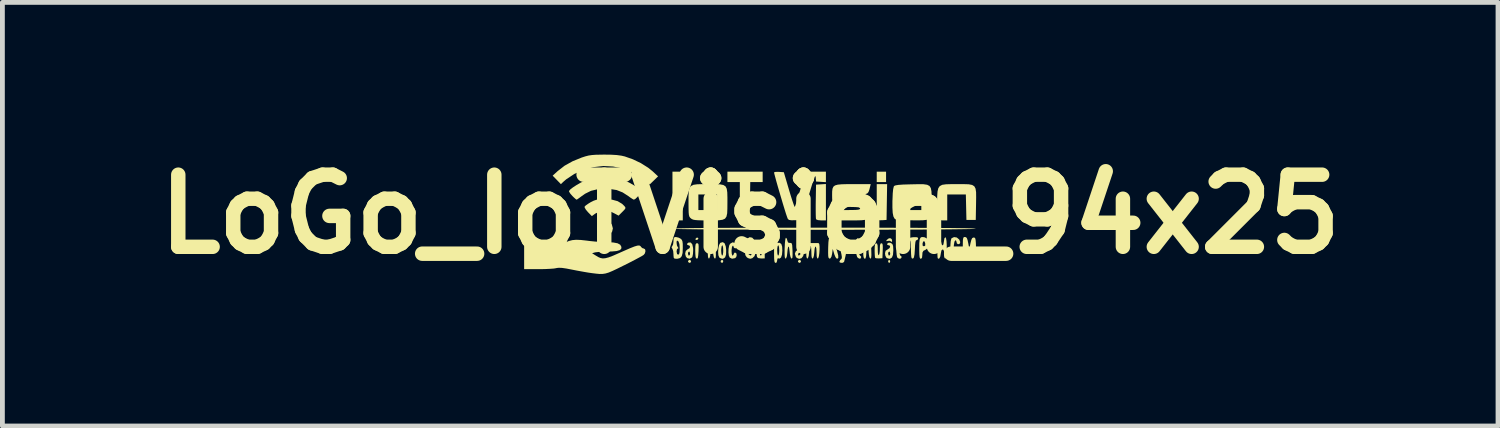
<source format=kicad_pcb>
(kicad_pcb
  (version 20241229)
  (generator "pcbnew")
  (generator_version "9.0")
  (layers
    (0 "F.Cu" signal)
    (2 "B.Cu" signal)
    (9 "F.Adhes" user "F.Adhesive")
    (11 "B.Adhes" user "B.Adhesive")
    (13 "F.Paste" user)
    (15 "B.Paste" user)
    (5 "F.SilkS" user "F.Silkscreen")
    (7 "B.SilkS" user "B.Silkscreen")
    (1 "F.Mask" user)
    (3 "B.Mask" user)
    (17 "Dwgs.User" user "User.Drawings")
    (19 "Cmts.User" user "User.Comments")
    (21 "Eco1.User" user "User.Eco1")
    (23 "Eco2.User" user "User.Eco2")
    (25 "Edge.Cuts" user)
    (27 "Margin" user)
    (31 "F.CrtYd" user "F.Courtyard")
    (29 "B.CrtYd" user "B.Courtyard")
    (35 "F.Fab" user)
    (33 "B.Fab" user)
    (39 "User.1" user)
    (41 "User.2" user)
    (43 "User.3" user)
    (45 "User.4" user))
  (footprint "LoGo_IoTVision_94x25"
    (layer "F.Cu")
    (at 12.55 1.404)
    (property "Reference" "LoGo_IoTVision_94x25" (at 0 0 0) (layer "F.SilkS") (effects (font (size 1.5 1.5) (thickness 0.3))))
    (attr board_only exclude_from_pos_files exclude_from_bom)
    (fp_poly (pts (xy -1.077 0.507) (xy -1.094 0.529) (xy -1.112 0.536) (xy -1.138 0.53) (xy -1.138 0.514) (xy -1.117 0.49) (xy -1.089 0.488)) (stroke (width 0) (type solid)) (fill yes) (layer "F.SilkS"))
    (fp_poly (pts (xy -1.233 0.966) (xy -1.229 0.981) (xy -1.246 1.01) (xy -1.261 1.013) (xy -1.29 0.996) (xy -1.294 0.981) (xy -1.276 0.952) (xy -1.261 0.949)) (stroke (width 0) (type solid)) (fill yes) (layer "F.SilkS"))
    (fp_poly (pts (xy -0.563 0.966) (xy -0.561 0.981) (xy -0.574 1.011) (xy -0.604 1.005) (xy -0.61 1) (xy -0.615 0.973) (xy -0.593 0.951) (xy -0.581 0.949)) (stroke (width 0) (type solid)) (fill yes) (layer "F.SilkS"))
    (fp_poly (pts (xy 1.053 0.966) (xy 1.057 0.981) (xy 1.039 1.01) (xy 1.024 1.013) (xy 0.996 0.996) (xy 0.992 0.981) (xy 1.009 0.952) (xy 1.024 0.949)) (stroke (width 0) (type solid)) (fill yes) (layer "F.SilkS"))
    (fp_poly (pts (xy 2.825 -0.776) (xy 2.825 -0.668) (xy 2.728 -0.668) (xy 2.631 -0.668) (xy 2.631 -0.776) (xy 2.631 -0.884) (xy 2.728 -0.884) (xy 2.825 -0.884)) (stroke (width 0) (type solid)) (fill yes) (layer "F.SilkS"))
    (fp_poly (pts (xy 2.908 0.966) (xy 2.911 0.981) (xy 2.899 1.01) (xy 2.889 1.013) (xy 2.87 0.996) (xy 2.868 0.981) (xy 2.879 0.952) (xy 2.889 0.949)) (stroke (width 0) (type solid)) (fill yes) (layer "F.SilkS"))
    (fp_poly (pts (xy 2.008 0.524) (xy 2.022 0.542) (xy 2.021 0.544) (xy 1.996 0.563) (xy 1.946 0.571) (xy 1.944 0.571) (xy 1.895 0.564) (xy 1.876 0.544) (xy 1.896 0.525) (xy 1.949 0.518) (xy 1.953 0.517)) (stroke (width 0) (type solid)) (fill yes) (layer "F.SilkS"))
    (fp_poly (pts (xy 2.926 0.503) (xy 2.947 0.529) (xy 2.951 0.563) (xy 2.94 0.578) (xy 2.924 0.564) (xy 2.895 0.552) (xy 2.862 0.556) (xy 2.829 0.561) (xy 2.832 0.547) (xy 2.843 0.532) (xy 2.886 0.5)) (stroke (width 0) (type solid)) (fill yes) (layer "F.SilkS"))
    (fp_poly (pts (xy 1.574 -0.249) (xy 1.574 0.129) (xy 1.476 0.129) (xy 1.408 0.123) (xy 1.371 0.107) (xy 1.368 0.102) (xy 1.365 0.071) (xy 1.363 0.006) (xy 1.362 -0.086) (xy 1.362 -0.198) (xy 1.363 -0.27) (xy 1.369 -0.615) (xy 1.472 -0.621) (xy 1.574 -0.628)) (stroke (width 0) (type solid)) (fill yes) (layer "F.SilkS"))
    (fp_poly (pts (xy 2.841 -0.253) (xy 2.835 0.119) (xy 2.748 0.125) (xy 2.69 0.126) (xy 2.651 0.119) (xy 2.646 0.116) (xy 2.641 0.09) (xy 2.636 0.029) (xy 2.633 -0.061) (xy 2.631 -0.171) (xy 2.631 -0.262) (xy 2.631 -0.625) (xy 2.739 -0.625) (xy 2.847 -0.625)) (stroke (width 0) (type solid)) (fill yes) (layer "F.SilkS"))
    (fp_poly (pts (xy -2.944 0.148) (xy -2.887 0.202) (xy -2.876 0.22) (xy -2.856 0.295) (xy -2.871 0.361) (xy -2.912 0.413) (xy -2.971 0.445) (xy -3.039 0.451) (xy -3.108 0.425) (xy -3.138 0.4) (xy -3.183 0.331) (xy -3.184 0.258) (xy -3.146 0.186) (xy -3.085 0.138) (xy -3.014 0.126)) (stroke (width 0) (type solid)) (fill yes) (layer "F.SilkS"))
    (fp_poly (pts (xy -1.402 -0.377) (xy -1.402 0.129) (xy -1.495 0.129) (xy -1.555 0.126) (xy -1.596 0.119) (xy -1.603 0.115) (xy -1.607 0.09) (xy -1.611 0.029) (xy -1.614 -0.064) (xy -1.616 -0.18) (xy -1.617 -0.315) (xy -1.617 -0.392) (xy -1.617 -0.884) (xy -1.509 -0.884) (xy -1.402 -0.884)) (stroke (width 0) (type solid)) (fill yes) (layer "F.SilkS"))
    (fp_poly (pts (xy 0.259 -0.776) (xy 0.259 -0.668) (xy 0.13 -0.668) (xy 0.001 -0.668) (xy -0.005 -0.275) (xy -0.011 0.119) (xy -0.113 0.125) (xy -0.216 0.132) (xy -0.216 -0.268) (xy -0.216 -0.668) (xy -0.345 -0.668) (xy -0.474 -0.668) (xy -0.474 -0.776) (xy -0.474 -0.884) (xy -0.108 -0.884) (xy 0.259 -0.884)) (stroke (width 0) (type solid)) (fill yes) (layer "F.SilkS"))
    (fp_poly (pts (xy -1.086 0.608) (xy -1.075 0.629) (xy -1.072 0.673) (xy -1.074 0.751) (xy -1.074 0.765) (xy -1.081 0.856) (xy -1.09 0.908) (xy -1.105 0.926) (xy -1.127 0.914) (xy -1.128 0.913) (xy -1.136 0.885) (xy -1.141 0.827) (xy -1.143 0.751) (xy -1.143 0.751) (xy -1.141 0.672) (xy -1.135 0.627) (xy -1.122 0.607) (xy -1.105 0.604)) (stroke (width 0) (type solid)) (fill yes) (layer "F.SilkS"))
    (fp_poly (pts (xy 2.259 0.51) (xy 2.264 0.535) (xy 2.278 0.583) (xy 2.29 0.599) (xy 2.305 0.629) (xy 2.29 0.651) (xy 2.275 0.685) (xy 2.266 0.738) (xy 2.265 0.795) (xy 2.271 0.842) (xy 2.285 0.862) (xy 2.286 0.862) (xy 2.305 0.88) (xy 2.307 0.895) (xy 2.294 0.923) (xy 2.263 0.923) (xy 2.23 0.899) (xy 2.222 0.886) (xy 2.21 0.843) (xy 2.201 0.774) (xy 2.196 0.692) (xy 2.196 0.613) (xy 2.2 0.551) (xy 2.208 0.521) (xy 2.237 0.497)) (stroke (width 0) (type solid)) (fill yes) (layer "F.SilkS"))
    (fp_poly (pts (xy 3.098 0.511) (xy 3.105 0.548) (xy 3.115 0.593) (xy 3.132 0.613) (xy 3.148 0.627) (xy 3.132 0.638) (xy 3.117 0.663) (xy 3.108 0.713) (xy 3.105 0.772) (xy 3.109 0.826) (xy 3.119 0.859) (xy 3.126 0.862) (xy 3.146 0.88) (xy 3.148 0.895) (xy 3.133 0.921) (xy 3.099 0.926) (xy 3.066 0.91) (xy 3.053 0.889) (xy 3.045 0.843) (xy 3.039 0.772) (xy 3.037 0.691) (xy 3.038 0.613) (xy 3.042 0.552) (xy 3.049 0.521) (xy 3.077 0.497)) (stroke (width 0) (type solid)) (fill yes) (layer "F.SilkS"))
    (fp_poly (pts (xy 3.486 0.487) (xy 3.493 0.506) (xy 3.477 0.535) (xy 3.462 0.539) (xy 3.445 0.548) (xy 3.435 0.581) (xy 3.428 0.644) (xy 3.424 0.726) (xy 3.417 0.833) (xy 3.404 0.899) (xy 3.384 0.925) (xy 3.357 0.914) (xy 3.357 0.913) (xy 3.35 0.886) (xy 3.345 0.827) (xy 3.342 0.747) (xy 3.342 0.719) (xy 3.341 0.629) (xy 3.336 0.574) (xy 3.326 0.547) (xy 3.31 0.539) (xy 3.308 0.539) (xy 3.283 0.526) (xy 3.283 0.512) (xy 3.308 0.495) (xy 3.362 0.482) (xy 3.392 0.479) (xy 3.456 0.478)) (stroke (width 0) (type solid)) (fill yes) (layer "F.SilkS"))
    (fp_poly (pts (xy -2.872 -0.302) (xy -2.757 -0.271) (xy -2.665 -0.216) (xy -2.621 -0.174) (xy -2.598 -0.146) (xy -2.595 -0.123) (xy -2.615 -0.093) (xy -2.658 -0.049) (xy -2.737 0.03) (xy -2.819 -0.014) (xy -2.884 -0.046) (xy -2.943 -0.069) (xy -2.954 -0.072) (xy -3.033 -0.074) (xy -3.125 -0.055) (xy -3.21 -0.019) (xy -3.235 -0.003) (xy -3.293 0.04) (xy -3.374 -0.043) (xy -3.418 -0.095) (xy -3.442 -0.138) (xy -3.445 -0.155) (xy -3.421 -0.181) (xy -3.37 -0.217) (xy -3.318 -0.249) (xy -3.254 -0.281) (xy -3.198 -0.3) (xy -3.135 -0.31) (xy -3.047 -0.312) (xy -3.019 -0.312)) (stroke (width 0) (type solid)) (fill yes) (layer "F.SilkS"))
    (fp_poly (pts (xy -0.532 0.606) (xy -0.508 0.671) (xy -0.5 0.743) (xy -0.502 0.839) (xy -0.522 0.898) (xy -0.562 0.925) (xy -0.582 0.927) (xy -0.628 0.912) (xy -0.645 0.897) (xy -0.662 0.853) (xy -0.667 0.785) (xy -0.665 0.755) (xy -0.604 0.755) (xy -0.6 0.816) (xy -0.59 0.855) (xy -0.582 0.862) (xy -0.57 0.843) (xy -0.562 0.794) (xy -0.561 0.755) (xy -0.564 0.693) (xy -0.574 0.654) (xy -0.582 0.647) (xy -0.594 0.666) (xy -0.602 0.716) (xy -0.604 0.755) (xy -0.665 0.755) (xy -0.662 0.711) (xy -0.648 0.644) (xy -0.626 0.601) (xy -0.62 0.595) (xy -0.57 0.581)) (stroke (width 0) (type solid)) (fill yes) (layer "F.SilkS"))
    (fp_poly (pts (xy 0.339 0.558) (xy 0.333 0.605) (xy 0.326 0.627) (xy 0.311 0.691) (xy 0.303 0.772) (xy 0.302 0.808) (xy 0.302 0.919) (xy 0.228 0.921) (xy 0.167 0.913) (xy 0.142 0.891) (xy 0.135 0.853) (xy 0.131 0.788) (xy 0.129 0.731) (xy 0.132 0.657) (xy 0.141 0.617) (xy 0.158 0.604) (xy 0.162 0.604) (xy 0.18 0.614) (xy 0.19 0.648) (xy 0.194 0.717) (xy 0.194 0.735) (xy 0.199 0.816) (xy 0.211 0.856) (xy 0.227 0.856) (xy 0.243 0.818) (xy 0.256 0.742) (xy 0.259 0.716) (xy 0.269 0.642) (xy 0.283 0.583) (xy 0.296 0.558) (xy 0.326 0.54)) (stroke (width 0) (type solid)) (fill yes) (layer "F.SilkS"))
    (fp_poly (pts (xy 2.746 0.611) (xy 2.755 0.638) (xy 2.757 0.693) (xy 2.755 0.759) (xy 2.749 0.915) (xy 2.68 0.919) (xy 2.629 0.918) (xy 2.6 0.911) (xy 2.599 0.91) (xy 2.593 0.884) (xy 2.589 0.827) (xy 2.587 0.752) (xy 2.587 0.751) (xy 2.589 0.67) (xy 2.597 0.624) (xy 2.611 0.606) (xy 2.62 0.604) (xy 2.638 0.614) (xy 2.649 0.649) (xy 2.652 0.717) (xy 2.652 0.734) (xy 2.655 0.809) (xy 2.664 0.848) (xy 2.674 0.852) (xy 2.686 0.824) (xy 2.694 0.768) (xy 2.695 0.721) (xy 2.698 0.65) (xy 2.708 0.614) (xy 2.728 0.604) (xy 2.729 0.604)) (stroke (width 0) (type solid)) (fill yes) (layer "F.SilkS"))
    (fp_poly (pts (xy -1.204 0.628) (xy -1.188 0.704) (xy -1.186 0.753) (xy -1.19 0.825) (xy -1.201 0.88) (xy -1.212 0.901) (xy -1.261 0.926) (xy -1.311 0.913) (xy -1.338 0.882) (xy -1.353 0.822) (xy -1.352 0.819) (xy -1.294 0.819) (xy -1.285 0.854) (xy -1.272 0.862) (xy -1.255 0.844) (xy -1.251 0.819) (xy -1.26 0.784) (xy -1.272 0.776) (xy -1.29 0.794) (xy -1.294 0.819) (xy -1.352 0.819) (xy -1.34 0.766) (xy -1.303 0.73) (xy -1.294 0.727) (xy -1.261 0.705) (xy -1.251 0.674) (xy -1.266 0.651) (xy -1.283 0.647) (xy -1.312 0.635) (xy -1.309 0.609) (xy -1.283 0.59) (xy -1.236 0.589)) (stroke (width 0) (type solid)) (fill yes) (layer "F.SilkS"))
    (fp_poly (pts (xy 1.047 0.591) (xy 1.084 0.626) (xy 1.11 0.684) (xy 1.12 0.758) (xy 1.111 0.837) (xy 1.1 0.872) (xy 1.066 0.915) (xy 1.017 0.928) (xy 0.969 0.91) (xy 0.949 0.885) (xy 0.932 0.831) (xy 0.995 0.831) (xy 1.001 0.858) (xy 1.017 0.858) (xy 1.043 0.834) (xy 1.046 0.823) (xy 1.034 0.799) (xy 1.011 0.803) (xy 0.995 0.831) (xy 0.932 0.831) (xy 0.929 0.822) (xy 0.947 0.773) (xy 0.986 0.74) (xy 1.031 0.712) (xy 1.056 0.695) (xy 1.056 0.695) (xy 1.049 0.678) (xy 1.016 0.649) (xy 1.013 0.647) (xy 0.979 0.618) (xy 0.977 0.602) (xy 1.001 0.591)) (stroke (width 0) (type solid)) (fill yes) (layer "F.SilkS"))
    (fp_poly (pts (xy -0.32 0.596) (xy -0.306 0.608) (xy -0.284 0.648) (xy -0.284 0.688) (xy -0.305 0.71) (xy -0.313 0.712) (xy -0.341 0.694) (xy -0.345 0.678) (xy -0.355 0.656) (xy -0.367 0.658) (xy -0.38 0.686) (xy -0.387 0.74) (xy -0.388 0.767) (xy -0.384 0.824) (xy -0.373 0.858) (xy -0.367 0.862) (xy -0.347 0.845) (xy -0.345 0.83) (xy -0.328 0.802) (xy -0.313 0.798) (xy -0.288 0.814) (xy -0.281 0.852) (xy -0.291 0.891) (xy -0.314 0.914) (xy -0.378 0.926) (xy -0.425 0.903) (xy -0.427 0.901) (xy -0.445 0.86) (xy -0.453 0.793) (xy -0.45 0.719) (xy -0.438 0.653) (xy -0.419 0.616) (xy -0.368 0.585)) (stroke (width 0) (type solid)) (fill yes) (layer "F.SilkS"))
    (fp_poly (pts (xy 0.647 0.62) (xy 0.664 0.675) (xy 0.668 0.755) (xy 0.661 0.842) (xy 0.641 0.9) (xy 0.61 0.924) (xy 0.583 0.917) (xy 0.566 0.924) (xy 0.561 0.958) (xy 0.55 1.003) (xy 0.528 1.013) (xy 0.513 1.006) (xy 0.503 0.979) (xy 0.498 0.925) (xy 0.496 0.837) (xy 0.496 0.811) (xy 0.496 0.755) (xy 0.561 0.755) (xy 0.564 0.816) (xy 0.574 0.855) (xy 0.582 0.862) (xy 0.594 0.843) (xy 0.602 0.794) (xy 0.604 0.755) (xy 0.6 0.693) (xy 0.59 0.654) (xy 0.582 0.647) (xy 0.57 0.666) (xy 0.562 0.716) (xy 0.561 0.755) (xy 0.496 0.755) (xy 0.496 0.609) (xy 0.555 0.597) (xy 0.612 0.595)) (stroke (width 0) (type solid)) (fill yes) (layer "F.SilkS"))
    (fp_poly (pts (xy 0.763 0.512) (xy 0.772 0.549) (xy 0.787 0.589) (xy 0.823 0.598) (xy 0.826 0.598) (xy 0.85 0.598) (xy 0.864 0.611) (xy 0.873 0.645) (xy 0.877 0.709) (xy 0.88 0.762) (xy 0.881 0.85) (xy 0.878 0.901) (xy 0.868 0.922) (xy 0.858 0.922) (xy 0.84 0.895) (xy 0.825 0.833) (xy 0.819 0.775) (xy 0.809 0.702) (xy 0.799 0.672) (xy 0.788 0.682) (xy 0.778 0.733) (xy 0.771 0.807) (xy 0.762 0.875) (xy 0.746 0.916) (xy 0.738 0.922) (xy 0.725 0.917) (xy 0.718 0.888) (xy 0.715 0.829) (xy 0.715 0.734) (xy 0.716 0.708) (xy 0.721 0.606) (xy 0.729 0.533) (xy 0.738 0.495) (xy 0.744 0.49)) (stroke (width 0) (type solid)) (fill yes) (layer "F.SilkS"))
    (fp_poly (pts (xy 2.023 0.613) (xy 2.027 0.62) (xy 2.023 0.654) (xy 2.012 0.716) (xy 1.997 0.793) (xy 1.981 0.871) (xy 1.965 0.939) (xy 1.954 0.984) (xy 1.95 0.994) (xy 1.922 1.011) (xy 1.884 1.011) (xy 1.857 0.998) (xy 1.854 0.989) (xy 1.87 0.956) (xy 1.886 0.94) (xy 1.902 0.922) (xy 1.906 0.892) (xy 1.898 0.84) (xy 1.886 0.787) (xy 1.866 0.699) (xy 1.857 0.644) (xy 1.86 0.616) (xy 1.874 0.605) (xy 1.887 0.604) (xy 1.913 0.622) (xy 1.919 0.652) (xy 1.929 0.706) (xy 1.941 0.733) (xy 1.954 0.744) (xy 1.961 0.718) (xy 1.962 0.685) (xy 1.968 0.627) (xy 1.988 0.604) (xy 1.994 0.604)) (stroke (width 0) (type solid)) (fill yes) (layer "F.SilkS"))
    (fp_poly (pts (xy 2.932 0.603) (xy 2.958 0.625) (xy 2.971 0.662) (xy 2.975 0.726) (xy 2.976 0.751) (xy 2.969 0.845) (xy 2.947 0.901) (xy 2.907 0.926) (xy 2.889 0.927) (xy 2.844 0.913) (xy 2.829 0.901) (xy 2.81 0.862) (xy 2.804 0.819) (xy 2.868 0.819) (xy 2.877 0.854) (xy 2.889 0.862) (xy 2.907 0.844) (xy 2.911 0.819) (xy 2.902 0.784) (xy 2.889 0.776) (xy 2.872 0.794) (xy 2.868 0.819) (xy 2.804 0.819) (xy 2.803 0.815) (xy 2.815 0.762) (xy 2.857 0.733) (xy 2.895 0.707) (xy 2.91 0.676) (xy 2.9 0.652) (xy 2.879 0.647) (xy 2.85 0.636) (xy 2.846 0.627) (xy 2.862 0.597) (xy 2.903 0.592)) (stroke (width 0) (type solid)) (fill yes) (layer "F.SilkS"))
    (fp_poly (pts (xy 3.608 0.477) (xy 3.633 0.483) (xy 3.689 0.516) (xy 3.719 0.57) (xy 3.723 0.634) (xy 3.701 0.694) (xy 3.652 0.736) (xy 3.642 0.741) (xy 3.6 0.763) (xy 3.582 0.798) (xy 3.579 0.846) (xy 3.573 0.904) (xy 3.554 0.926) (xy 3.547 0.927) (xy 3.532 0.92) (xy 3.522 0.894) (xy 3.517 0.842) (xy 3.515 0.757) (xy 3.515 0.711) (xy 3.516 0.614) (xy 3.583 0.614) (xy 3.587 0.657) (xy 3.612 0.668) (xy 3.638 0.655) (xy 3.64 0.614) (xy 3.628 0.573) (xy 3.612 0.559) (xy 3.593 0.578) (xy 3.583 0.614) (xy 3.516 0.614) (xy 3.516 0.603) (xy 3.523 0.531) (xy 3.539 0.491) (xy 3.566 0.475)) (stroke (width 0) (type solid)) (fill yes) (layer "F.SilkS"))
    (fp_poly (pts (xy 4.442 -0.625) (xy 4.544 -0.622) (xy 4.615 -0.608) (xy 4.66 -0.58) (xy 4.686 -0.531) (xy 4.697 -0.456) (xy 4.698 -0.348) (xy 4.696 -0.21) (xy 4.69 0.119) (xy 4.593 0.119) (xy 4.496 0.119) (xy 4.49 -0.146) (xy 4.484 -0.41) (xy 4.29 -0.41) (xy 4.097 -0.41) (xy 4.097 -0.14) (xy 4.097 0.129) (xy 3.999 0.129) (xy 3.925 0.122) (xy 3.891 0.101) (xy 3.89 0.099) (xy 3.886 0.067) (xy 3.884 0.001) (xy 3.883 -0.091) (xy 3.884 -0.2) (xy 3.885 -0.237) (xy 3.888 -0.372) (xy 3.895 -0.471) (xy 3.911 -0.54) (xy 3.942 -0.585) (xy 3.993 -0.611) (xy 4.072 -0.622) (xy 4.183 -0.625) (xy 4.304 -0.625)) (stroke (width 0) (type solid)) (fill yes) (layer "F.SilkS"))
    (fp_poly (pts (xy -2.891 -1.237) (xy -2.774 -1.23) (xy -2.679 -1.217) (xy -2.609 -1.201) (xy -2.441 -1.142) (xy -2.274 -1.062) (xy -2.123 -0.967) (xy -2.034 -0.896) (xy -1.916 -0.787) (xy -2.002 -0.703) (xy -2.088 -0.62) (xy -2.182 -0.695) (xy -2.355 -0.819) (xy -2.53 -0.907) (xy -2.721 -0.966) (xy -2.852 -0.991) (xy -3.052 -1.002) (xy -3.26 -0.978) (xy -3.465 -0.922) (xy -3.657 -0.837) (xy -3.825 -0.726) (xy -3.882 -0.677) (xy -3.937 -0.625) (xy -4.022 -0.713) (xy -4.108 -0.801) (xy -4.004 -0.896) (xy -3.86 -1.008) (xy -3.693 -1.101) (xy -3.504 -1.178) (xy -3.427 -1.203) (xy -3.36 -1.22) (xy -3.291 -1.23) (xy -3.208 -1.236) (xy -3.098 -1.238) (xy -3.04 -1.239)) (stroke (width 0) (type solid)) (fill yes) (layer "F.SilkS"))
    (fp_poly (pts (xy 2.409 0.491) (xy 2.415 0.537) (xy 2.42 0.583) (xy 2.441 0.599) (xy 2.463 0.598) (xy 2.488 0.598) (xy 2.503 0.61) (xy 2.511 0.643) (xy 2.516 0.706) (xy 2.518 0.762) (xy 2.52 0.85) (xy 2.516 0.901) (xy 2.507 0.922) (xy 2.497 0.922) (xy 2.478 0.895) (xy 2.466 0.828) (xy 2.462 0.779) (xy 2.455 0.701) (xy 2.443 0.664) (xy 2.43 0.666) (xy 2.42 0.708) (xy 2.415 0.786) (xy 2.415 0.799) (xy 2.41 0.873) (xy 2.398 0.918) (xy 2.381 0.93) (xy 2.362 0.904) (xy 2.359 0.899) (xy 2.352 0.856) (xy 2.35 0.789) (xy 2.353 0.708) (xy 2.359 0.625) (xy 2.367 0.551) (xy 2.378 0.499) (xy 2.388 0.48)) (stroke (width 0) (type solid)) (fill yes) (layer "F.SilkS"))
    (fp_poly (pts (xy -0.857 0.48) (xy -0.835 0.505) (xy -0.823 0.546) (xy -0.81 0.588) (xy -0.777 0.598) (xy -0.769 0.598) (xy -0.746 0.598) (xy -0.731 0.611) (xy -0.723 0.645) (xy -0.718 0.709) (xy -0.716 0.762) (xy -0.714 0.85) (xy -0.718 0.901) (xy -0.728 0.922) (xy -0.738 0.922) (xy -0.756 0.895) (xy -0.769 0.832) (xy -0.772 0.791) (xy -0.779 0.725) (xy -0.789 0.68) (xy -0.798 0.668) (xy -0.809 0.688) (xy -0.819 0.738) (xy -0.824 0.791) (xy -0.832 0.866) (xy -0.847 0.912) (xy -0.857 0.922) (xy -0.87 0.915) (xy -0.878 0.882) (xy -0.882 0.816) (xy -0.884 0.714) (xy -0.884 0.701) (xy -0.883 0.594) (xy -0.879 0.525) (xy -0.871 0.488) (xy -0.859 0.479)) (stroke (width 0) (type solid)) (fill yes) (layer "F.SilkS"))
    (fp_poly (pts (xy 1.81 0.485) (xy 1.817 0.512) (xy 1.8 0.564) (xy 1.798 0.567) (xy 1.782 0.608) (xy 1.777 0.647) (xy 1.786 0.698) (xy 1.808 0.771) (xy 1.83 0.858) (xy 1.831 0.91) (xy 1.812 0.926) (xy 1.79 0.917) (xy 1.772 0.89) (xy 1.75 0.837) (xy 1.743 0.813) (xy 1.716 0.722) (xy 1.704 0.818) (xy 1.69 0.881) (xy 1.668 0.918) (xy 1.644 0.924) (xy 1.627 0.9) (xy 1.622 0.866) (xy 1.62 0.8) (xy 1.621 0.715) (xy 1.622 0.677) (xy 1.626 0.583) (xy 1.633 0.524) (xy 1.644 0.494) (xy 1.66 0.485) (xy 1.66 0.485) (xy 1.687 0.505) (xy 1.704 0.561) (xy 1.716 0.636) (xy 1.733 0.566) (xy 1.757 0.501) (xy 1.788 0.478)) (stroke (width 0) (type solid)) (fill yes) (layer "F.SilkS"))
    (fp_poly (pts (xy 4.296 0.485) (xy 4.344 0.525) (xy 4.346 0.527) (xy 4.368 0.58) (xy 4.356 0.615) (xy 4.322 0.625) (xy 4.297 0.607) (xy 4.291 0.58) (xy 4.281 0.548) (xy 4.264 0.544) (xy 4.247 0.572) (xy 4.235 0.639) (xy 4.231 0.708) (xy 4.229 0.79) (xy 4.233 0.837) (xy 4.244 0.859) (xy 4.258 0.862) (xy 4.285 0.844) (xy 4.291 0.809) (xy 4.303 0.766) (xy 4.331 0.755) (xy 4.359 0.779) (xy 4.364 0.79) (xy 4.366 0.842) (xy 4.336 0.887) (xy 4.288 0.917) (xy 4.234 0.924) (xy 4.187 0.901) (xy 4.174 0.866) (xy 4.165 0.801) (xy 4.161 0.72) (xy 4.163 0.636) (xy 4.169 0.562) (xy 4.181 0.512) (xy 4.187 0.5) (xy 4.239 0.476)) (stroke (width 0) (type solid)) (fill yes) (layer "F.SilkS"))
    (fp_poly (pts (xy 0.041 0.488) (xy 0.074 0.522) (xy 0.094 0.561) (xy 0.084 0.584) (xy 0.081 0.586) (xy 0.047 0.585) (xy 0.028 0.569) (xy -0.002 0.547) (xy -0.02 0.549) (xy -0.03 0.578) (xy -0.006 0.632) (xy 0.049 0.709) (xy 0.057 0.719) (xy 0.091 0.77) (xy 0.108 0.815) (xy 0.108 0.819) (xy 0.089 0.873) (xy 0.044 0.915) (xy 0 0.927) (xy -0.047 0.913) (xy -0.074 0.893) (xy -0.101 0.852) (xy -0.106 0.816) (xy -0.087 0.798) (xy -0.083 0.798) (xy -0.051 0.813) (xy -0.033 0.833) (xy -0.001 0.856) (xy 0.018 0.854) (xy 0.03 0.823) (xy 0.006 0.768) (xy -0.053 0.688) (xy -0.057 0.683) (xy -0.099 0.615) (xy -0.102 0.557) (xy -0.068 0.51) (xy -0.011 0.478)) (stroke (width 0) (type solid)) (fill yes) (layer "F.SilkS"))
    (fp_poly (pts (xy 4.06 0.48) (xy 4.073 0.505) (xy 4.082 0.561) (xy 4.086 0.637) (xy 4.087 0.722) (xy 4.084 0.804) (xy 4.077 0.871) (xy 4.066 0.914) (xy 4.059 0.922) (xy 4.041 0.912) (xy 4.033 0.867) (xy 4.032 0.832) (xy 4.028 0.766) (xy 4.013 0.737) (xy 4.001 0.733) (xy 3.977 0.752) (xy 3.964 0.812) (xy 3.963 0.823) (xy 3.952 0.882) (xy 3.933 0.919) (xy 3.911 0.927) (xy 3.898 0.912) (xy 3.895 0.884) (xy 3.892 0.824) (xy 3.891 0.741) (xy 3.891 0.69) (xy 3.893 0.592) (xy 3.897 0.53) (xy 3.906 0.497) (xy 3.92 0.486) (xy 3.924 0.485) (xy 3.951 0.506) (xy 3.967 0.566) (xy 3.967 0.567) (xy 3.982 0.63) (xy 4 0.65) (xy 4.017 0.629) (xy 4.028 0.566) (xy 4.028 0.565) (xy 4.038 0.503) (xy 4.055 0.48)) (stroke (width 0) (type solid)) (fill yes) (layer "F.SilkS"))
    (fp_poly (pts (xy -2.831 -0.768) (xy -2.689 -0.735) (xy -2.605 -0.701) (xy -2.514 -0.656) (xy -2.425 -0.605) (xy -2.348 -0.555) (xy -2.293 -0.51) (xy -2.27 -0.481) (xy -2.278 -0.451) (xy -2.307 -0.405) (xy -2.347 -0.357) (xy -2.388 -0.318) (xy -2.419 -0.302) (xy -2.419 -0.302) (xy -2.444 -0.314) (xy -2.492 -0.345) (xy -2.532 -0.375) (xy -2.653 -0.453) (xy -2.777 -0.502) (xy -2.919 -0.525) (xy -3.019 -0.528) (xy -3.177 -0.518) (xy -3.311 -0.486) (xy -3.432 -0.426) (xy -3.505 -0.375) (xy -3.559 -0.335) (xy -3.598 -0.308) (xy -3.611 -0.302) (xy -3.631 -0.316) (xy -3.67 -0.351) (xy -3.698 -0.379) (xy -3.741 -0.428) (xy -3.766 -0.468) (xy -3.768 -0.482) (xy -3.743 -0.513) (xy -3.688 -0.556) (xy -3.613 -0.605) (xy -3.528 -0.654) (xy -3.442 -0.697) (xy -3.364 -0.729) (xy -3.358 -0.731) (xy -3.192 -0.77) (xy -3.01 -0.782)) (stroke (width 0) (type solid)) (fill yes) (layer "F.SilkS"))
    (fp_poly (pts (xy 1.337 0.6) (xy 1.391 0.6) (xy 1.424 0.602) (xy 1.436 0.622) (xy 1.442 0.672) (xy 1.442 0.739) (xy 1.437 0.811) (xy 1.428 0.873) (xy 1.415 0.913) (xy 1.407 0.922) (xy 1.391 0.914) (xy 1.382 0.873) (xy 1.38 0.8) (xy 1.376 0.718) (xy 1.365 0.677) (xy 1.352 0.676) (xy 1.34 0.717) (xy 1.333 0.791) (xy 1.324 0.866) (xy 1.309 0.912) (xy 1.299 0.922) (xy 1.284 0.914) (xy 1.275 0.875) (xy 1.272 0.799) (xy 1.272 0.784) (xy 1.268 0.703) (xy 1.259 0.663) (xy 1.247 0.664) (xy 1.234 0.706) (xy 1.225 0.786) (xy 1.225 0.796) (xy 1.216 0.868) (xy 1.201 0.913) (xy 1.191 0.922) (xy 1.177 0.914) (xy 1.168 0.877) (xy 1.165 0.804) (xy 1.164 0.767) (xy 1.164 0.684) (xy 1.17 0.634) (xy 1.19 0.609) (xy 1.232 0.6) (xy 1.307 0.6)) (stroke (width 0) (type solid)) (fill yes) (layer "F.SilkS"))
    (fp_poly (pts (xy 3.604 -0.623) (xy 3.679 -0.612) (xy 3.728 -0.587) (xy 3.756 -0.542) (xy 3.769 -0.473) (xy 3.773 -0.375) (xy 3.773 -0.248) (xy 3.773 -0.114) (xy 3.769 -0.017) (xy 3.754 0.051) (xy 3.723 0.093) (xy 3.671 0.117) (xy 3.591 0.126) (xy 3.478 0.128) (xy 3.38 0.127) (xy 3.267 0.125) (xy 3.167 0.123) (xy 3.09 0.12) (xy 3.044 0.116) (xy 3.037 0.115) (xy 3.003 0.094) (xy 2.978 0.048) (xy 2.963 -0.027) (xy 2.957 -0.136) (xy 2.957 -0.282) (xy 2.958 -0.288) (xy 2.963 -0.41) (xy 3.17 -0.41) (xy 3.17 -0.248) (xy 3.17 -0.086) (xy 3.364 -0.086) (xy 3.558 -0.086) (xy 3.558 -0.248) (xy 3.558 -0.41) (xy 3.364 -0.41) (xy 3.17 -0.41) (xy 2.963 -0.41) (xy 2.963 -0.423) (xy 2.972 -0.518) (xy 2.985 -0.573) (xy 2.993 -0.587) (xy 3.021 -0.599) (xy 3.081 -0.609) (xy 3.176 -0.616) (xy 3.31 -0.62) (xy 3.352 -0.621) (xy 3.497 -0.624)) (stroke (width 0) (type solid)) (fill yes) (layer "F.SilkS"))
    (fp_poly (pts (xy -0.731 -0.625) (xy -0.629 -0.621) (xy -0.558 -0.607) (xy -0.513 -0.578) (xy -0.488 -0.529) (xy -0.477 -0.453) (xy -0.474 -0.346) (xy -0.474 -0.248) (xy -0.475 -0.115) (xy -0.479 -0.018) (xy -0.494 0.05) (xy -0.524 0.093) (xy -0.576 0.116) (xy -0.655 0.127) (xy -0.768 0.129) (xy -0.871 0.129) (xy -0.995 0.129) (xy -1.085 0.126) (xy -1.146 0.121) (xy -1.187 0.113) (xy -1.216 0.1) (xy -1.232 0.088) (xy -1.252 0.07) (xy -1.266 0.048) (xy -1.275 0.015) (xy -1.28 -0.037) (xy -1.282 -0.116) (xy -1.283 -0.228) (xy -1.283 -0.248) (xy -1.283 -0.379) (xy -1.281 -0.41) (xy -1.078 -0.41) (xy -1.078 -0.248) (xy -1.078 -0.086) (xy -0.884 -0.086) (xy -0.69 -0.086) (xy -0.69 -0.248) (xy -0.69 -0.41) (xy -0.884 -0.41) (xy -1.078 -0.41) (xy -1.281 -0.41) (xy -1.278 -0.475) (xy -1.263 -0.542) (xy -1.233 -0.586) (xy -1.181 -0.611) (xy -1.103 -0.622) (xy -0.991 -0.625) (xy -0.871 -0.625)) (stroke (width 0) (type solid)) (fill yes) (layer "F.SilkS"))
    (fp_poly (pts (xy 1.574 -0.775) (xy 1.574 -0.666) (xy 1.472 -0.673) (xy 1.369 -0.679) (xy 1.362 -0.765) (xy 1.358 -0.787) (xy 1.35 -0.789) (xy 1.338 -0.767) (xy 1.319 -0.718) (xy 1.293 -0.639) (xy 1.258 -0.525) (xy 1.213 -0.373) (xy 1.211 -0.367) (xy 1.067 0.119) (xy 0.934 0.125) (xy 0.857 0.126) (xy 0.811 0.12) (xy 0.787 0.104) (xy 0.78 0.093) (xy 0.767 0.059) (xy 0.744 -0.008) (xy 0.715 -0.101) (xy 0.681 -0.212) (xy 0.645 -0.334) (xy 0.608 -0.459) (xy 0.573 -0.579) (xy 0.542 -0.688) (xy 0.518 -0.778) (xy 0.501 -0.841) (xy 0.496 -0.869) (xy 0.515 -0.878) (xy 0.564 -0.881) (xy 0.597 -0.88) (xy 0.699 -0.873) (xy 0.805 -0.512) (xy 0.84 -0.395) (xy 0.872 -0.294) (xy 0.899 -0.215) (xy 0.917 -0.165) (xy 0.925 -0.151) (xy 0.935 -0.171) (xy 0.954 -0.225) (xy 0.981 -0.308) (xy 1.013 -0.413) (xy 1.044 -0.517) (xy 1.149 -0.884) (xy 1.362 -0.884) (xy 1.574 -0.884)) (stroke (width 0) (type solid)) (fill yes) (layer "F.SilkS"))
    (fp_poly (pts (xy -1.491 0.487) (xy -1.449 0.508) (xy -1.424 0.531) (xy -1.41 0.562) (xy -1.403 0.614) (xy -1.402 0.697) (xy -1.402 0.7) (xy -1.406 0.805) (xy -1.424 0.873) (xy -1.457 0.911) (xy -1.51 0.926) (xy -1.532 0.927) (xy -1.572 0.924) (xy -1.59 0.907) (xy -1.595 0.863) (xy -1.596 0.834) (xy -1.601 0.776) (xy -1.531 0.776) (xy -1.521 0.828) (xy -1.499 0.841) (xy -1.48 0.831) (xy -1.47 0.795) (xy -1.466 0.726) (xy -1.466 0.714) (xy -1.472 0.623) (xy -1.49 0.57) (xy -1.499 0.561) (xy -1.521 0.548) (xy -1.53 0.567) (xy -1.531 0.597) (xy -1.523 0.651) (xy -1.505 0.686) (xy -1.49 0.707) (xy -1.505 0.712) (xy -1.523 0.73) (xy -1.531 0.776) (xy -1.531 0.776) (xy -1.601 0.776) (xy -1.601 0.771) (xy -1.616 0.724) (xy -1.621 0.716) (xy -1.636 0.687) (xy -1.621 0.664) (xy -1.604 0.627) (xy -1.596 0.568) (xy -1.596 0.556) (xy -1.592 0.502) (xy -1.576 0.479) (xy -1.546 0.474)) (stroke (width 0) (type solid)) (fill yes) (layer "F.SilkS"))
    (fp_poly (pts (xy 4.487 0.479) (xy 4.505 0.497) (xy 4.52 0.539) (xy 4.536 0.613) (xy 4.54 0.636) (xy 4.556 0.722) (xy 4.58 0.604) (xy 4.598 0.534) (xy 4.616 0.497) (xy 4.641 0.485) (xy 4.647 0.485) (xy 4.666 0.488) (xy 4.679 0.503) (xy 4.687 0.537) (xy 4.692 0.598) (xy 4.695 0.694) (xy 4.696 0.708) (xy 4.698 0.812) (xy 4.696 0.878) (xy 4.689 0.913) (xy 4.678 0.923) (xy 4.674 0.922) (xy 4.656 0.897) (xy 4.641 0.843) (xy 4.635 0.807) (xy 4.624 0.701) (xy 4.607 0.776) (xy 4.588 0.856) (xy 4.574 0.9) (xy 4.562 0.918) (xy 4.55 0.917) (xy 4.535 0.89) (xy 4.519 0.837) (xy 4.514 0.814) (xy 4.497 0.722) (xy 4.486 0.818) (xy 4.473 0.877) (xy 4.455 0.916) (xy 4.447 0.922) (xy 4.435 0.915) (xy 4.426 0.882) (xy 4.422 0.816) (xy 4.42 0.713) (xy 4.42 0.703) (xy 4.421 0.601) (xy 4.423 0.535) (xy 4.43 0.497) (xy 4.44 0.479) (xy 4.458 0.474) (xy 4.462 0.474)) (stroke (width 0) (type solid)) (fill yes) (layer "F.SilkS"))
    (fp_poly (pts (xy 2.05 0.28) (xy 2.503 0.281) (xy 2.915 0.282) (xy 3.283 0.283) (xy 3.609 0.284) (xy 3.892 0.286) (xy 4.132 0.287) (xy 4.329 0.29) (xy 4.484 0.292) (xy 4.596 0.295) (xy 4.664 0.298) (xy 4.69 0.301) (xy 4.69 0.302) (xy 4.667 0.305) (xy 4.604 0.308) (xy 4.504 0.31) (xy 4.369 0.312) (xy 4.204 0.314) (xy 4.01 0.316) (xy 3.79 0.318) (xy 3.548 0.32) (xy 3.286 0.321) (xy 3.007 0.322) (xy 2.715 0.323) (xy 2.411 0.323) (xy 2.1 0.324) (xy 1.784 0.324) (xy 1.465 0.324) (xy 1.147 0.324) (xy 0.833 0.324) (xy 0.525 0.323) (xy 0.227 0.322) (xy -0.058 0.321) (xy -0.329 0.32) (xy -0.581 0.319) (xy -0.812 0.317) (xy -1.019 0.315) (xy -1.199 0.313) (xy -1.348 0.311) (xy -1.466 0.309) (xy -1.547 0.306) (xy -1.59 0.303) (xy -1.596 0.302) (xy -1.574 0.298) (xy -1.51 0.295) (xy -1.402 0.293) (xy -1.252 0.29) (xy -1.06 0.288) (xy -0.825 0.286) (xy -0.547 0.284) (xy -0.228 0.283) (xy 0.133 0.282) (xy 0.537 0.281) (xy 0.981 0.281) (xy 1.468 0.28) (xy 1.554 0.28)) (stroke (width 0) (type solid)) (fill yes) (layer "F.SilkS"))
    (fp_poly (pts (xy 2.493 -0.572) (xy 2.476 -0.505) (xy 2.459 -0.46) (xy 2.435 -0.432) (xy 2.395 -0.417) (xy 2.331 -0.411) (xy 2.237 -0.41) (xy 2.18 -0.41) (xy 2.072 -0.408) (xy 1.986 -0.403) (xy 1.929 -0.396) (xy 1.908 -0.388) (xy 1.922 -0.378) (xy 1.977 -0.371) (xy 2.071 -0.367) (xy 2.139 -0.366) (xy 2.266 -0.363) (xy 2.363 -0.355) (xy 2.426 -0.343) (xy 2.437 -0.339) (xy 2.463 -0.322) (xy 2.479 -0.299) (xy 2.489 -0.259) (xy 2.494 -0.192) (xy 2.497 -0.129) (xy 2.499 -0.043) (xy 2.495 0.022) (xy 2.48 0.068) (xy 2.449 0.098) (xy 2.395 0.117) (xy 2.314 0.126) (xy 2.201 0.129) (xy 2.057 0.129) (xy 1.703 0.129) (xy 1.703 0.022) (xy 1.703 -0.086) (xy 1.994 -0.086) (xy 2.114 -0.087) (xy 2.196 -0.089) (xy 2.248 -0.094) (xy 2.276 -0.103) (xy 2.285 -0.115) (xy 2.286 -0.119) (xy 2.279 -0.132) (xy 2.256 -0.142) (xy 2.209 -0.147) (xy 2.132 -0.15) (xy 2.018 -0.151) (xy 2.017 -0.151) (xy 1.895 -0.152) (xy 1.81 -0.157) (xy 1.754 -0.172) (xy 1.723 -0.202) (xy 1.708 -0.252) (xy 1.704 -0.327) (xy 1.703 -0.396) (xy 1.704 -0.473) (xy 1.711 -0.53) (xy 1.729 -0.571) (xy 1.763 -0.598) (xy 1.819 -0.614) (xy 1.902 -0.622) (xy 2.019 -0.625) (xy 2.153 -0.625) (xy 2.506 -0.625)) (stroke (width 0) (type solid)) (fill yes) (layer "F.SilkS"))
    (fp_poly (pts (xy -3.521 0.536) (xy -3.395 0.55) (xy -3.342 0.557) (xy -3.225 0.569) (xy -3.094 0.579) (xy -2.977 0.582) (xy -2.976 0.582) (xy -2.848 0.588) (xy -2.758 0.605) (xy -2.703 0.635) (xy -2.679 0.679) (xy -2.678 0.685) (xy -2.683 0.722) (xy -2.715 0.748) (xy -2.778 0.766) (xy -2.876 0.775) (xy -2.982 0.778) (xy -3.077 0.781) (xy -3.161 0.786) (xy -3.22 0.793) (xy -3.234 0.796) (xy -3.288 0.812) (xy -3.213 0.859) (xy -3.16 0.891) (xy -3.113 0.911) (xy -3.065 0.92) (xy -3.01 0.915) (xy -2.942 0.897) (xy -2.852 0.863) (xy -2.736 0.812) (xy -2.623 0.762) (xy -2.5 0.708) (xy -2.409 0.672) (xy -2.346 0.653) (xy -2.305 0.651) (xy -2.281 0.663) (xy -2.272 0.679) (xy -2.242 0.706) (xy -2.219 0.712) (xy -2.187 0.728) (xy -2.178 0.767) (xy -2.19 0.814) (xy -2.215 0.846) (xy -2.246 0.866) (xy -2.309 0.901) (xy -2.397 0.948) (xy -2.503 1.003) (xy -2.622 1.063) (xy -2.627 1.065) (xy -2.76 1.131) (xy -2.862 1.179) (xy -2.942 1.213) (xy -3.009 1.233) (xy -3.069 1.242) (xy -3.132 1.243) (xy -3.206 1.236) (xy -3.288 1.226) (xy -3.371 1.214) (xy -3.481 1.195) (xy -3.602 1.173) (xy -3.699 1.154) (xy -3.822 1.13) (xy -3.912 1.117) (xy -3.977 1.114) (xy -4.024 1.119) (xy -4.034 1.122) (xy -4.083 1.13) (xy -4.164 1.136) (xy -4.267 1.141) (xy -4.382 1.143) (xy -4.404 1.143) (xy -4.701 1.143) (xy -4.701 0.852) (xy -4.701 0.561) (xy -4.388 0.561) (xy -4.277 0.562) (xy -4.184 0.565) (xy -4.115 0.569) (xy -4.079 0.574) (xy -4.075 0.577) (xy -4.058 0.597) (xy -4.02 0.618) (xy -3.983 0.63) (xy -3.943 0.626) (xy -3.885 0.606) (xy -3.843 0.587) (xy -3.77 0.557) (xy -3.698 0.539) (xy -3.619 0.532)) (stroke (width 0) (type solid)) (fill yes) (layer "F.SilkS")))
  (gr_rect
    (start -3 -3)
    (end 28.1 5.808)
    (stroke (width 0.1) (type default))
    (fill no)
    (layer "Edge.Cuts")))
</source>
